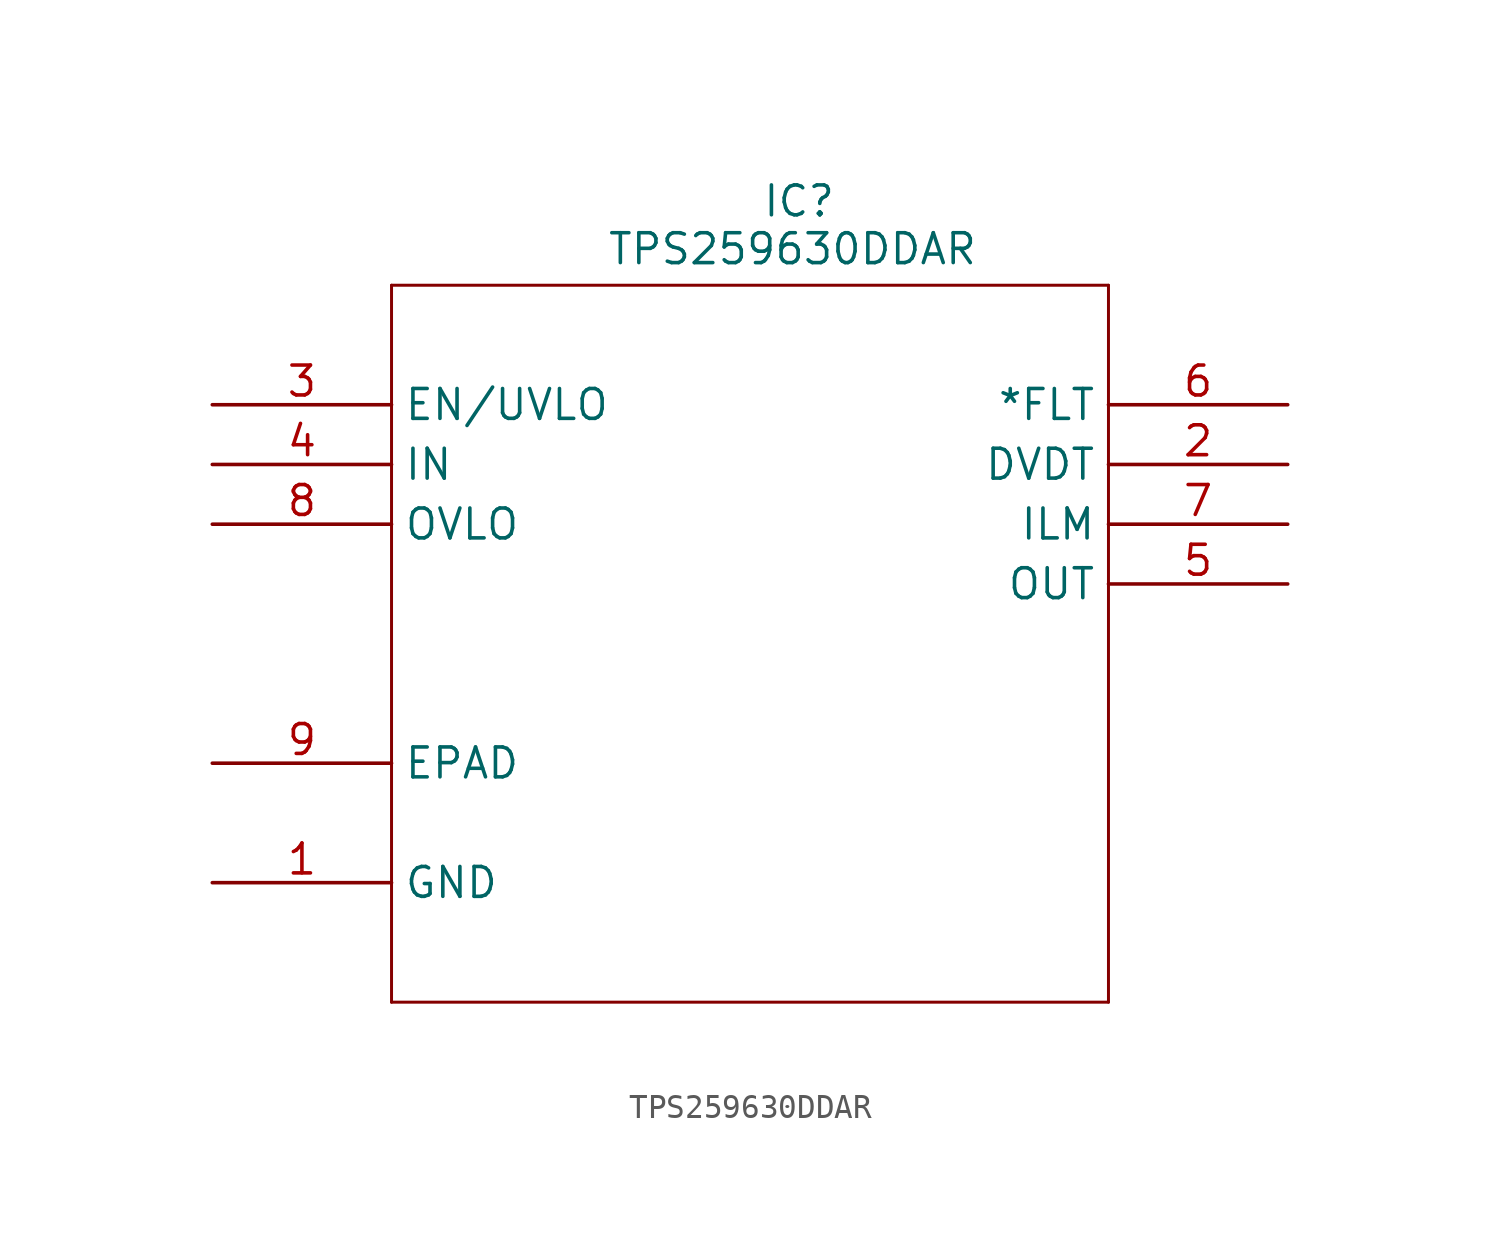
<source format=kicad_sym>
(kicad_symbol_lib
  (version 20231120)
  (generator "kicad_symbol_editor")
  (generator_version "8.0")
  (symbol "TPS259630DDAR"
    (property "Reference" "IC"
      (at 86.868 8.128 0)
      (effects (font (size 1.27 1.27)) (justify left top)))
    (property "Value" "TPS259630DDAR"
      (at 80.264 6.096 0)
      (effects (font (size 1.27 1.27)) (justify left top)))
    (symbol "TPS259630DDAR_0_1"
      (polyline (pts (xy 71.12 -26.67) (xy 101.6 -26.67)) (stroke (width 0.127) (type default)) (fill (type none)))
      (polyline (pts (xy 71.12 3.81) (xy 71.12 -26.67)) (stroke (width 0.127) (type default)) (fill (type none)))
      (polyline (pts (xy 101.6 -26.67) (xy 101.6 3.81)) (stroke (width 0.127) (type default)) (fill (type none)))
      (polyline (pts (xy 101.6 3.81) (xy 71.12 3.81)) (stroke (width 0.127) (type default)) (fill (type none)))
      (pin power_in line (at 63.5 -21.59 0) (length 7.62) (name "GND" (effects (font (size 1.27 1.27)))) (number "1" (effects (font (size 1.27 1.27)))))
      (pin output line (at 109.22 -3.81 180) (length 7.62) (name "DVDT" (effects (font (size 1.27 1.27)))) (number "2" (effects (font (size 1.27 1.27)))))
      (pin input line (at 63.5 -1.27 0) (length 7.62) (name "EN/UVLO" (effects (font (size 1.27 1.27)))) (number "3" (effects (font (size 1.27 1.27)))))
      (pin power_in line (at 63.5 -3.81 0) (length 7.62) (name "IN" (effects (font (size 1.27 1.27)))) (number "4" (effects (font (size 1.27 1.27)))))
      (pin power_in line (at 109.22 -8.89 180) (length 7.62) (name "OUT" (effects (font (size 1.27 1.27)))) (number "5" (effects (font (size 1.27 1.27)))))
      (pin output line (at 109.22 -1.27 180) (length 7.62) (name "*FLT" (effects (font (size 1.27 1.27)))) (number "6" (effects (font (size 1.27 1.27)))))
      (pin output line (at 109.22 -6.35 180) (length 7.62) (name "ILM" (effects (font (size 1.27 1.27)))) (number "7" (effects (font (size 1.27 1.27)))))
      (pin power_in line (at 63.5 -16.51 0) (length 7.62) (name "EPAD" (effects (font (size 1.27 1.27)))) (number "9" (effects (font (size 1.27 1.27))))))
    (symbol "TPS259630DDAR_1_1"
      (pin input line (at 63.5 -6.35 0) (length 7.62) (name "OVLO" (effects (font (size 1.27 1.27)))) (number "8" (effects (font (size 1.27 1.27))))))))
</source>
